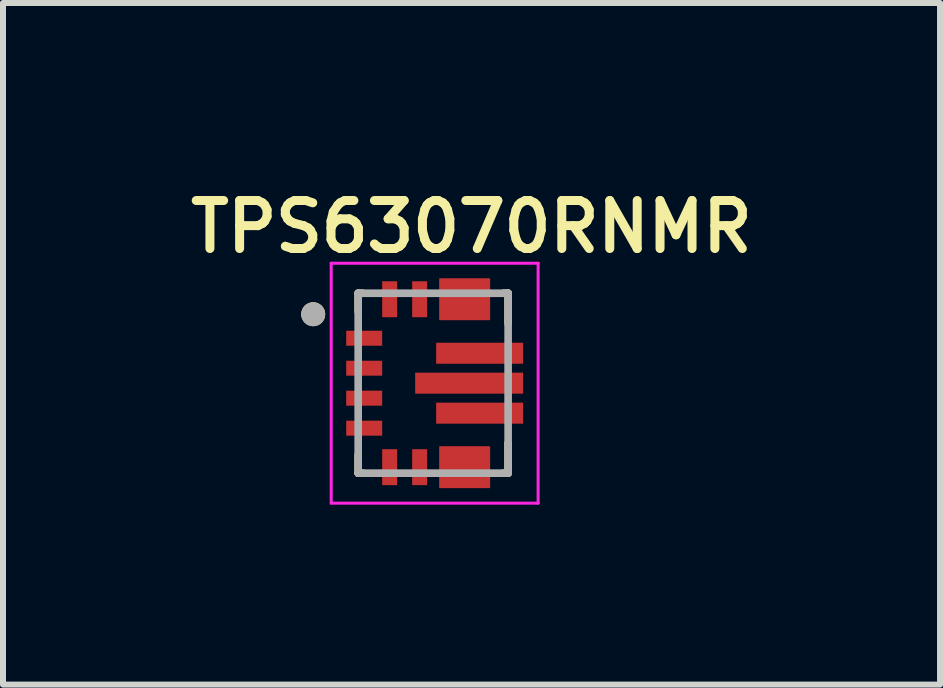
<source format=kicad_pcb>
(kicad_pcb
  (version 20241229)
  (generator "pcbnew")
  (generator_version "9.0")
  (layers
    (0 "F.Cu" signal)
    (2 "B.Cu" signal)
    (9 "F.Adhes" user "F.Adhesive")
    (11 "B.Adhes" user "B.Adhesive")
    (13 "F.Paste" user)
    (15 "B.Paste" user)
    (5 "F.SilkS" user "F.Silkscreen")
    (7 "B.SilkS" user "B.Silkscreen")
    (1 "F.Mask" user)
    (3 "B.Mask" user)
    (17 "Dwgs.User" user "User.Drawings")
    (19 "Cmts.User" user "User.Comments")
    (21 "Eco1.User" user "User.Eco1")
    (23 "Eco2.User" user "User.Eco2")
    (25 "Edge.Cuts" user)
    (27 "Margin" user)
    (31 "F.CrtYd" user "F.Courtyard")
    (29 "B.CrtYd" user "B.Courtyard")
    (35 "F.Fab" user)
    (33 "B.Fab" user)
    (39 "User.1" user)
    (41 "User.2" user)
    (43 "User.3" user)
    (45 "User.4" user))
  (footprint "TPS63070RNMR"
    (layer "F.Cu")
    (at 4.172 3.339)
    (property "Reference" "TPS63070RNMR" (at 0.64 -2.608 0) (layer "F.SilkS") (effects (font (size 0.8 0.8) (thickness 0.15))))
    (attr through_hole)
    (fp_poly (pts (xy -1.5 -0.925) (xy -0.8 -0.925) (xy -0.8 -0.575) (xy -1.5 -0.575)) (stroke (width 0.01) (type solid)) (fill yes) (layer "F.Mask"))
    (fp_poly (pts (xy -1.5 -0.425) (xy -0.8 -0.425) (xy -0.8 -0.075) (xy -1.5 -0.075)) (stroke (width 0.01) (type solid)) (fill yes) (layer "F.Mask"))
    (fp_poly (pts (xy -1.5 0.075) (xy -0.8 0.075) (xy -0.8 0.425) (xy -1.5 0.425)) (stroke (width 0.01) (type solid)) (fill yes) (layer "F.Mask"))
    (fp_poly (pts (xy -1.5 0.575) (xy -0.8 0.575) (xy -0.8 0.925) (xy -1.5 0.925)) (stroke (width 0.01) (type solid)) (fill yes) (layer "F.Mask"))
    (fp_poly (pts (xy -0.9 -1.75) (xy -0.55 -1.75) (xy -0.55 -1.05) (xy -0.9 -1.05)) (stroke (width 0.01) (type solid)) (fill yes) (layer "F.Mask"))
    (fp_poly (pts (xy -0.9 1.05) (xy -0.55 1.05) (xy -0.55 1.75) (xy -0.9 1.75)) (stroke (width 0.01) (type solid)) (fill yes) (layer "F.Mask"))
    (fp_poly (pts (xy -0.4 -1.75) (xy -0.05 -1.75) (xy -0.05 -1.05) (xy -0.4 -1.05)) (stroke (width 0.01) (type solid)) (fill yes) (layer "F.Mask"))
    (fp_poly (pts (xy -0.4 1.05) (xy -0.05 1.05) (xy -0.05 1.75) (xy -0.4 1.75)) (stroke (width 0.01) (type solid)) (fill yes) (layer "F.Mask"))
    (fp_poly (pts (xy -0.25 -0.125) (xy 1.45 -0.125) (xy 1.45 0.125) (xy -0.25 0.125)) (stroke (width 0.01) (type solid)) (fill yes) (layer "F.Mask"))
    (fp_poly (pts (xy 0.1 -0.625) (xy 1.45 -0.625) (xy 1.45 -0.375) (xy 0.1 -0.375)) (stroke (width 0.01) (type solid)) (fill yes) (layer "F.Mask"))
    (fp_poly (pts (xy 0.1 0.375) (xy 1.45 0.375) (xy 1.45 0.625) (xy 0.1 0.625)) (stroke (width 0.01) (type solid)) (fill yes) (layer "F.Mask"))
    (fp_poly (pts (xy 0.15 1.1) (xy 0.9 1.1) (xy 0.9 1.7) (xy 0.65 1.7) (xy 0.65 1.35) (xy 0.4 1.35) (xy 0.4 1.7) (xy 0.15 1.7)) (stroke (width 0.01) (type solid)) (fill yes) (layer "F.Mask"))
    (fp_poly (pts (xy 0.9 -1.1) (xy 0.15 -1.1) (xy 0.15 -1.7) (xy 0.4 -1.7) (xy 0.4 -1.35) (xy 0.65 -1.35) (xy 0.65 -1.7) (xy 0.9 -1.7)) (stroke (width 0.01) (type solid)) (fill yes) (layer "F.Mask"))
    (fp_line (start -1.25 -1.5) (end -1.25 -1.195) (stroke (width 0.127) (type solid)) (layer "F.SilkS"))
    (fp_line (start -1.25 1.5) (end -1.25 1.195) (stroke (width 0.127) (type solid)) (layer "F.SilkS"))
    (fp_line (start -1.17 -1.5) (end -1.25 -1.5) (stroke (width 0.127) (type solid)) (layer "F.SilkS"))
    (fp_line (start -1.17 1.5) (end -1.25 1.5) (stroke (width 0.127) (type solid)) (layer "F.SilkS"))
    (fp_line (start 1.17 -1.5) (end 1.25 -1.5) (stroke (width 0.127) (type solid)) (layer "F.SilkS"))
    (fp_line (start 1.25 -1.5) (end 1.25 -0.995) (stroke (width 0.127) (type solid)) (layer "F.SilkS"))
    (fp_line (start 1.25 0.995) (end 1.25 1.5) (stroke (width 0.127) (type solid)) (layer "F.SilkS"))
    (fp_line (start 1.25 1.5) (end 1.17 1.5) (stroke (width 0.127) (type solid)) (layer "F.SilkS"))
    (fp_circle (center -2 -1.15) (end -1.9 -1.15) (stroke (width 0.2) (type solid)) (fill no) (layer "F.SilkS"))
    (fp_poly (pts (xy -0.22 -0.125) (xy 0.5 -0.125) (xy 0.5 0.125) (xy -0.22 0.125)) (stroke (width 0.01) (type solid)) (fill yes) (layer "F.Paste"))
    (fp_poly (pts (xy 0.101 -0.625) (xy 0.675 -0.625) (xy 0.675 -0.375) (xy 0.101 -0.375)) (stroke (width 0.01) (type solid)) (fill yes) (layer "F.Paste"))
    (fp_poly (pts (xy 0.101 0.375) (xy 0.675 0.375) (xy 0.675 0.625) (xy 0.101 0.625)) (stroke (width 0.01) (type solid)) (fill yes) (layer "F.Paste"))
    (fp_poly (pts (xy 0.7 -0.125) (xy 1.42 -0.125) (xy 1.42 0.125) (xy 0.7 0.125)) (stroke (width 0.01) (type solid)) (fill yes) (layer "F.Paste"))
    (fp_poly (pts (xy 0.875 -0.625) (xy 1.45 -0.625) (xy 1.45 -0.375) (xy 0.875 -0.375)) (stroke (width 0.01) (type solid)) (fill yes) (layer "F.Paste"))
    (fp_poly (pts (xy 0.875 0.375) (xy 1.45 0.375) (xy 1.45 0.625) (xy 0.875 0.625)) (stroke (width 0.01) (type solid)) (fill yes) (layer "F.Paste"))
    (fp_poly (pts (xy 0.15 1.1) (xy 0.9 1.1) (xy 0.9 1.7) (xy 0.65 1.7) (xy 0.65 1.35) (xy 0.4 1.35) (xy 0.4 1.7) (xy 0.15 1.7)) (stroke (width 0.01) (type solid)) (fill yes) (layer "F.Paste"))
    (fp_poly (pts (xy 0.9 -1.1) (xy 0.15 -1.1) (xy 0.15 -1.7) (xy 0.4 -1.7) (xy 0.4 -1.35) (xy 0.65 -1.35) (xy 0.65 -1.7) (xy 0.9 -1.7)) (stroke (width 0.01) (type solid)) (fill yes) (layer "F.Paste"))
    (fp_line (start -1.7 -2) (end 1.75 -2) (stroke (width 0.05) (type solid)) (layer "F.CrtYd"))
    (fp_line (start -1.7 2) (end -1.7 -2) (stroke (width 0.05) (type solid)) (layer "F.CrtYd"))
    (fp_line (start 1.75 -2) (end 1.75 2) (stroke (width 0.05) (type solid)) (layer "F.CrtYd"))
    (fp_line (start 1.75 2) (end -1.7 2) (stroke (width 0.05) (type solid)) (layer "F.CrtYd"))
    (fp_line (start -1.25 -1.5) (end 1.25 -1.5) (stroke (width 0.127) (type solid)) (layer "F.Fab"))
    (fp_line (start -1.25 1.5) (end -1.25 -1.5) (stroke (width 0.127) (type solid)) (layer "F.Fab"))
    (fp_line (start 1.25 -1.5) (end 1.25 1.5) (stroke (width 0.127) (type solid)) (layer "F.Fab"))
    (fp_line (start 1.25 1.5) (end -1.25 1.5) (stroke (width 0.127) (type solid)) (layer "F.Fab"))
    (fp_circle (center -2 -1.15) (end -1.9 -1.15) (stroke (width 0.2) (type solid)) (fill no) (layer "F.Fab"))
    (pad "1" smd roundrect (at -1.15 -0.75) (size 0.6 0.25) (layers "F.Cu" "F.Paste") (roundrect_rratio 0.01))
    (pad "2" smd roundrect (at -1.15 -0.25) (size 0.6 0.25) (layers "F.Cu" "F.Paste") (roundrect_rratio 0.01))
    (pad "3" smd roundrect (at -1.15 0.25) (size 0.6 0.25) (layers "F.Cu" "F.Paste") (roundrect_rratio 0.01))
    (pad "4" smd roundrect (at -1.15 0.75) (size 0.6 0.25) (layers "F.Cu" "F.Paste") (roundrect_rratio 0.01))
    (pad "5" smd roundrect (at -0.725 1.4) (size 0.25 0.6) (layers "F.Cu" "F.Paste") (roundrect_rratio 0.01))
    (pad "6" smd roundrect (at -0.225 1.4) (size 0.25 0.6) (layers "F.Cu" "F.Paste") (roundrect_rratio 0.01))
    (pad "7" smd roundrect (at 0.525 1.4) (size 0.85 0.7) (layers "F.Cu") (roundrect_rratio 0.02))
    (pad "9" smd roundrect (at 0.775 0.5) (size 1.45 0.35) (layers "F.Cu") (roundrect_rratio 0.01))
    (pad "10" smd roundrect (at 0.6 0) (size 1.8 0.35) (layers "F.Cu") (roundrect_rratio 0.01))
    (pad "11" smd roundrect (at 0.775 -0.5) (size 1.45 0.35) (layers "F.Cu") (roundrect_rratio 0.01))
    (pad "12" smd roundrect (at 0.525 -1.4) (size 0.85 0.7) (layers "F.Cu") (roundrect_rratio 0.02))
    (pad "14" smd roundrect (at -0.225 -1.4) (size 0.25 0.6) (layers "F.Cu" "F.Paste") (roundrect_rratio 0.01))
    (pad "15" smd roundrect (at -0.725 -1.4) (size 0.25 0.6) (layers "F.Cu" "F.Paste") (roundrect_rratio 0.01)))
  (gr_rect
    (start -3 -3)
    (end 12.623 8.364)
    (stroke (width 0.1) (type default))
    (fill no)
    (layer "Edge.Cuts")))
</source>
